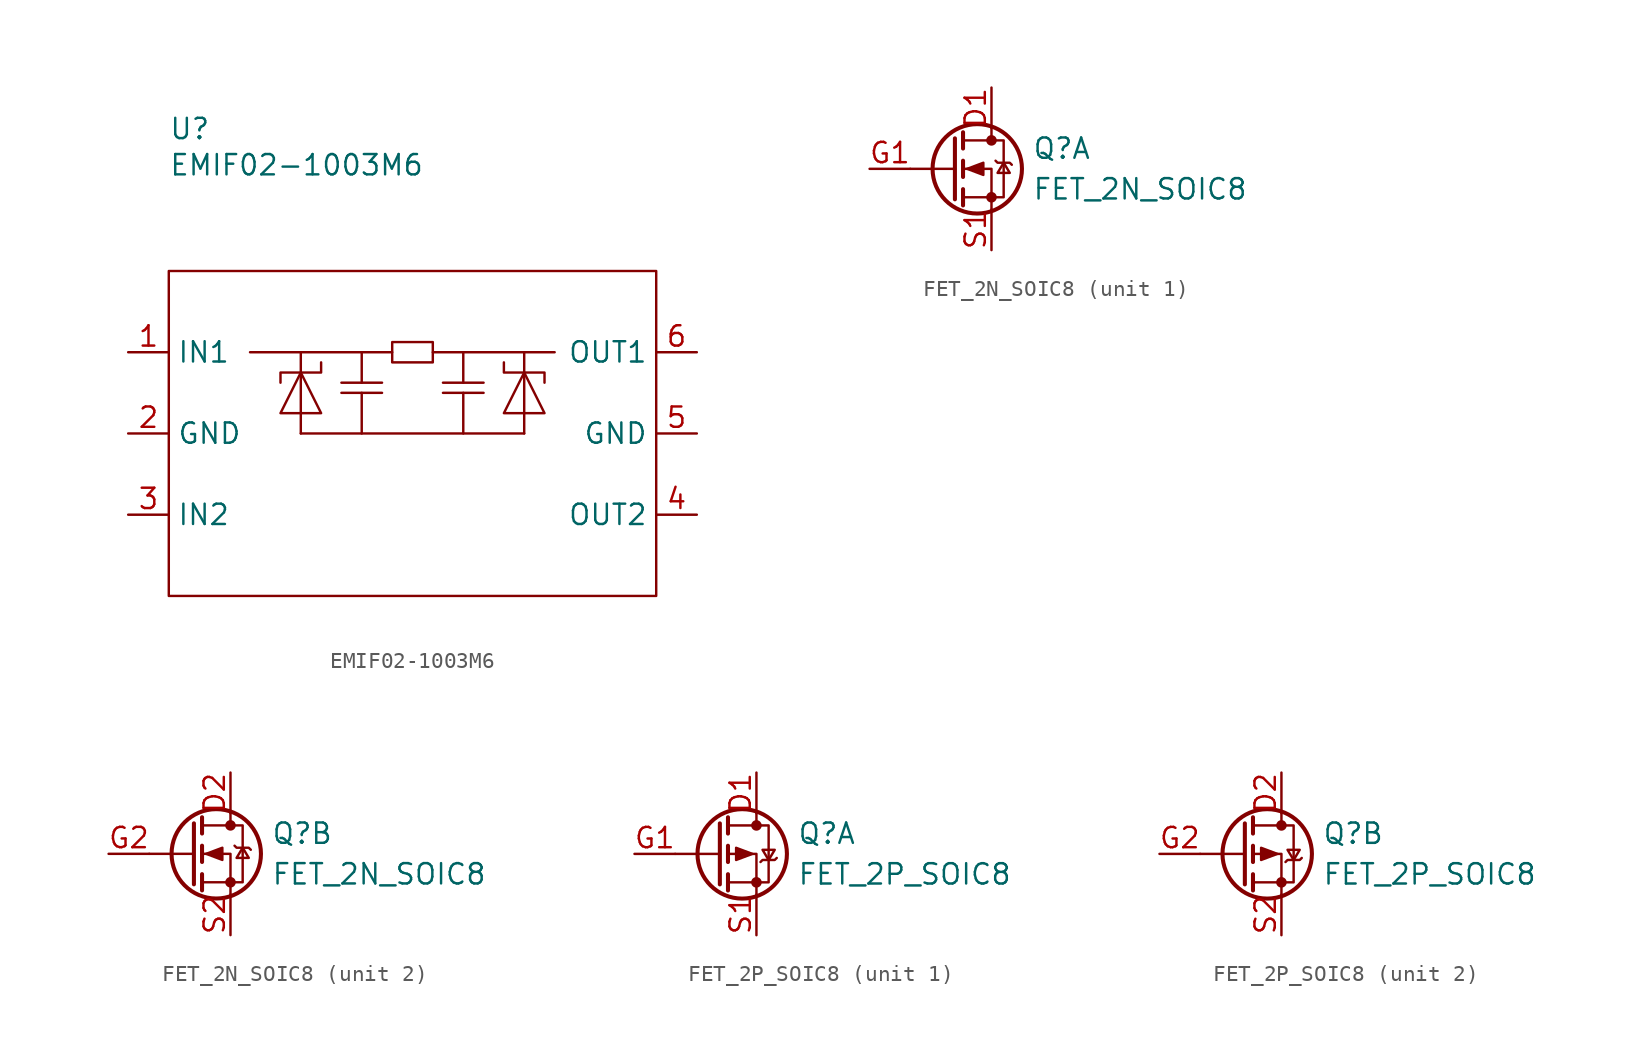
<source format=kicad_sym>
(kicad_symbol_lib
  (version 20211014)
  (generator kicad_symbol_editor)
  (symbol "EMIF02-1003M6"
    (property "Reference" "U"
      (at 0 8.89 0)
      (effects (font (size 1.27 1.27)) (justify left)))
    (property "Value" "EMIF02-1003M6"
      (at 0 7.366 0)
      (effects (font (size 1.27 1.27)) (justify left top)))
    (symbol "EMIF02-1003M6_0_1"
      (polyline (pts (xy 8.255 -10.16) (xy 22.225 -10.16)) (stroke (width 0) (type default) (color 0 0 0 0)) (fill (type none)))
      (polyline (pts (xy 8.255 -6.35) (xy 8.255 -5.08)) (stroke (width 0) (type default) (color 0 0 0 0)) (fill (type none)))
      (polyline (pts (xy 10.795 -6.985) (xy 13.335 -6.985)) (stroke (width 0) (type default) (color 0 0 0 0)) (fill (type none)))
      (polyline (pts (xy 12.065 -7.62) (xy 12.065 -10.16)) (stroke (width 0) (type default) (color 0 0 0 0)) (fill (type none)))
      (polyline (pts (xy 12.065 -5.08) (xy 12.065 -6.985)) (stroke (width 0) (type default) (color 0 0 0 0)) (fill (type none)))
      (polyline (pts (xy 13.335 -7.62) (xy 10.795 -7.62)) (stroke (width 0) (type default) (color 0 0 0 0)) (fill (type none)))
      (polyline (pts (xy 13.97 -5.08) (xy 5.08 -5.08)) (stroke (width 0) (type default) (color 0 0 0 0)) (fill (type none)))
      (polyline (pts (xy 16.51 -5.08) (xy 24.13 -5.08)) (stroke (width 0) (type default) (color 0 0 0 0)) (fill (type none)))
      (polyline (pts (xy 17.145 -6.985) (xy 19.685 -6.985)) (stroke (width 0) (type default) (color 0 0 0 0)) (fill (type none)))
      (polyline (pts (xy 18.415 -7.62) (xy 18.415 -10.16)) (stroke (width 0) (type default) (color 0 0 0 0)) (fill (type none)))
      (polyline (pts (xy 18.415 -5.08) (xy 18.415 -6.985)) (stroke (width 0) (type default) (color 0 0 0 0)) (fill (type none)))
      (polyline (pts (xy 19.685 -7.62) (xy 17.145 -7.62)) (stroke (width 0) (type default) (color 0 0 0 0)) (fill (type none)))
      (polyline (pts (xy 22.225 -6.35) (xy 22.225 -5.08)) (stroke (width 0) (type default) (color 0 0 0 0)) (fill (type none)))
      (polyline (pts (xy 8.255 -8.89) (xy 8.255 -6.35) (xy 8.255 -10.16)) (stroke (width 0) (type default) (color 0 0 0 0)) (fill (type none)))
      (polyline (pts (xy 22.225 -8.89) (xy 22.225 -6.35) (xy 22.225 -10.16)) (stroke (width 0) (type default) (color 0 0 0 0)) (fill (type none)))
      (polyline (pts (xy 8.255 -6.35) (xy 9.525 -8.89) (xy 6.985 -8.89) (xy 8.255 -6.35)) (stroke (width 0) (type default) (color 0 0 0 0)) (fill (type none)))
      (polyline (pts (xy 9.525 -5.715) (xy 9.525 -6.35) (xy 6.985 -6.35) (xy 6.985 -6.985)) (stroke (width 0) (type default) (color 0 0 0 0)) (fill (type none)))
      (polyline (pts (xy 20.955 -5.715) (xy 20.955 -6.35) (xy 23.495 -6.35) (xy 23.495 -6.985)) (stroke (width 0) (type default) (color 0 0 0 0)) (fill (type none)))
      (polyline (pts (xy 22.225 -6.35) (xy 20.955 -8.89) (xy 23.495 -8.89) (xy 22.225 -6.35)) (stroke (width 0) (type default) (color 0 0 0 0)) (fill (type none)))
      (polyline (pts (xy 13.97 -5.08) (xy 13.97 -5.715) (xy 16.51 -5.715) (xy 16.51 -4.445) (xy 13.97 -4.445) (xy 13.97 -5.08)) (stroke (width 0) (type default) (color 0 0 0 0)) (fill (type none)))
      (rectangle (start 0 0) (end 30.48 -20.32) (stroke (width 0.152) (type default) (color 0 0 0 0)) (fill (type none))))
    (symbol "EMIF02-1003M6_1_1"
      (pin passive line (at -2.54 -5.08 0) (length 2.54) (name "IN1" (effects (font (size 1.27 1.27)))) (number "1" (effects (font (size 1.27 1.27)))))
      (pin passive line (at -2.54 -10.16 0) (length 2.54) (name "GND" (effects (font (size 1.27 1.27)))) (number "2" (effects (font (size 1.27 1.27)))))
      (pin passive line (at -2.54 -15.24 0) (length 2.54) (name "IN2" (effects (font (size 1.27 1.27)))) (number "3" (effects (font (size 1.27 1.27)))))
      (pin passive line (at 33.02 -15.24 180) (length 2.54) (name "OUT2" (effects (font (size 1.27 1.27)))) (number "4" (effects (font (size 1.27 1.27)))))
      (pin passive line (at 33.02 -10.16 180) (length 2.54) (name "GND" (effects (font (size 1.27 1.27)))) (number "5" (effects (font (size 1.27 1.27)))))
      (pin passive line (at 33.02 -5.08 180) (length 2.54) (name "OUT1" (effects (font (size 1.27 1.27)))) (number "6" (effects (font (size 1.27 1.27)))))))
  (symbol "FET_2N_SOIC8"
    (pin_names
      (offset 0) hide)
    (property "Reference" "Q"
      (at 5.08 1.27 0)
      (effects (font (size 1.27 1.27)) (justify left)))
    (property "Value" "FET_2N_SOIC8"
      (at 5.08 -1.27 0)
      (effects (font (size 1.27 1.27)) (justify left)))
    (symbol "FET_2N_SOIC8_0_1"
      (polyline (pts (xy 0.254 0) (xy -2.54 0)) (stroke (width 0) (type default) (color 0 0 0 0)) (fill (type none)))
      (polyline (pts (xy 0.254 1.905) (xy 0.254 -1.905)) (stroke (width 0.254) (type default) (color 0 0 0 0)) (fill (type none)))
      (polyline (pts (xy 0.762 -1.27) (xy 0.762 -2.286)) (stroke (width 0.254) (type default) (color 0 0 0 0)) (fill (type none)))
      (polyline (pts (xy 0.762 0.508) (xy 0.762 -0.508)) (stroke (width 0.254) (type default) (color 0 0 0 0)) (fill (type none)))
      (polyline (pts (xy 0.762 2.286) (xy 0.762 1.27)) (stroke (width 0.254) (type default) (color 0 0 0 0)) (fill (type none)))
      (polyline (pts (xy 2.54 2.54) (xy 2.54 1.778)) (stroke (width 0) (type default) (color 0 0 0 0)) (fill (type none)))
      (polyline (pts (xy 2.54 -2.54) (xy 2.54 0) (xy 0.762 0)) (stroke (width 0) (type default) (color 0 0 0 0)) (fill (type none)))
      (polyline (pts (xy 0.762 -1.778) (xy 3.302 -1.778) (xy 3.302 1.778) (xy 0.762 1.778)) (stroke (width 0) (type default) (color 0 0 0 0)) (fill (type none)))
      (polyline (pts (xy 1.016 0) (xy 2.032 0.381) (xy 2.032 -0.381) (xy 1.016 0)) (stroke (width 0) (type default) (color 0 0 0 0)) (fill (type outline)))
      (polyline (pts (xy 2.794 0.508) (xy 2.921 0.381) (xy 3.683 0.381) (xy 3.81 0.254)) (stroke (width 0) (type default) (color 0 0 0 0)) (fill (type none)))
      (polyline (pts (xy 3.302 0.381) (xy 2.921 -0.254) (xy 3.683 -0.254) (xy 3.302 0.381)) (stroke (width 0) (type default) (color 0 0 0 0)) (fill (type none)))
      (circle (center 1.651 0) (radius 2.794) (stroke (width 0.254) (type default) (color 0 0 0 0)) (fill (type none)))
      (circle (center 2.54 -1.778) (radius 0.254) (stroke (width 0) (type default) (color 0 0 0 0)) (fill (type outline)))
      (circle (center 2.54 1.778) (radius 0.254) (stroke (width 0) (type default) (color 0 0 0 0)) (fill (type outline))))
    (symbol "FET_2N_SOIC8_1_1"
      (pin passive line (at 2.54 5.08 270) (length 2.54) (name "D" (effects (font (size 1.27 1.27)))) (number "D1" (effects (font (size 1.27 1.27)))))
      (pin input line (at -5.08 0 0) (length 2.54) (name "G" (effects (font (size 1.27 1.27)))) (number "G1" (effects (font (size 1.27 1.27)))))
      (pin passive line (at 2.54 -5.08 90) (length 2.54) (name "S" (effects (font (size 1.27 1.27)))) (number "S1" (effects (font (size 1.27 1.27))))))
    (symbol "FET_2N_SOIC8_2_1"
      (pin passive line (at 2.54 5.08 270) (length 2.54) (name "D" (effects (font (size 1.27 1.27)))) (number "D2" (effects (font (size 1.27 1.27)))))
      (pin input line (at -5.08 0 0) (length 2.54) (name "G" (effects (font (size 1.27 1.27)))) (number "G2" (effects (font (size 1.27 1.27)))))
      (pin passive line (at 2.54 -5.08 90) (length 2.54) (name "S" (effects (font (size 1.27 1.27)))) (number "S2" (effects (font (size 1.27 1.27)))))))
  (symbol "FET_2P_SOIC8"
    (pin_names
      (offset 0) hide)
    (property "Reference" "Q"
      (at 5.08 1.27 0)
      (effects (font (size 1.27 1.27)) (justify left)))
    (property "Value" "FET_2P_SOIC8"
      (at 5.08 -1.27 0)
      (effects (font (size 1.27 1.27)) (justify left)))
    (symbol "FET_2P_SOIC8_0_1"
      (polyline (pts (xy 0.254 0) (xy -2.54 0)) (stroke (width 0) (type default) (color 0 0 0 0)) (fill (type none)))
      (polyline (pts (xy 0.254 1.905) (xy 0.254 -1.905)) (stroke (width 0.254) (type default) (color 0 0 0 0)) (fill (type none)))
      (polyline (pts (xy 0.762 -1.27) (xy 0.762 -2.286)) (stroke (width 0.254) (type default) (color 0 0 0 0)) (fill (type none)))
      (polyline (pts (xy 0.762 0.508) (xy 0.762 -0.508)) (stroke (width 0.254) (type default) (color 0 0 0 0)) (fill (type none)))
      (polyline (pts (xy 0.762 2.286) (xy 0.762 1.27)) (stroke (width 0.254) (type default) (color 0 0 0 0)) (fill (type none)))
      (polyline (pts (xy 2.54 2.54) (xy 2.54 1.778)) (stroke (width 0) (type default) (color 0 0 0 0)) (fill (type none)))
      (polyline (pts (xy 2.54 -2.54) (xy 2.54 0) (xy 0.762 0)) (stroke (width 0) (type default) (color 0 0 0 0)) (fill (type none)))
      (polyline (pts (xy 0.762 1.778) (xy 3.302 1.778) (xy 3.302 -1.778) (xy 0.762 -1.778)) (stroke (width 0) (type default) (color 0 0 0 0)) (fill (type none)))
      (polyline (pts (xy 2.286 0) (xy 1.27 0.381) (xy 1.27 -0.381) (xy 2.286 0)) (stroke (width 0) (type default) (color 0 0 0 0)) (fill (type outline)))
      (polyline (pts (xy 2.794 -0.508) (xy 2.921 -0.381) (xy 3.683 -0.381) (xy 3.81 -0.254)) (stroke (width 0) (type default) (color 0 0 0 0)) (fill (type none)))
      (polyline (pts (xy 3.302 -0.381) (xy 2.921 0.254) (xy 3.683 0.254) (xy 3.302 -0.381)) (stroke (width 0) (type default) (color 0 0 0 0)) (fill (type none)))
      (circle (center 1.651 0) (radius 2.794) (stroke (width 0.254) (type default) (color 0 0 0 0)) (fill (type none)))
      (circle (center 2.54 -1.778) (radius 0.254) (stroke (width 0) (type default) (color 0 0 0 0)) (fill (type outline)))
      (circle (center 2.54 1.778) (radius 0.254) (stroke (width 0) (type default) (color 0 0 0 0)) (fill (type outline))))
    (symbol "FET_2P_SOIC8_1_1"
      (pin passive line (at 2.54 5.08 270) (length 2.54) (name "D" (effects (font (size 1.27 1.27)))) (number "D1" (effects (font (size 1.27 1.27)))))
      (pin input line (at -5.08 0 0) (length 2.54) (name "G" (effects (font (size 1.27 1.27)))) (number "G1" (effects (font (size 1.27 1.27)))))
      (pin passive line (at 2.54 -5.08 90) (length 2.54) (name "S" (effects (font (size 1.27 1.27)))) (number "S1" (effects (font (size 1.27 1.27))))))
    (symbol "FET_2P_SOIC8_2_1"
      (pin passive line (at 2.54 5.08 270) (length 2.54) (name "D" (effects (font (size 1.27 1.27)))) (number "D2" (effects (font (size 1.27 1.27)))))
      (pin input line (at -5.08 0 0) (length 2.54) (name "G" (effects (font (size 1.27 1.27)))) (number "G2" (effects (font (size 1.27 1.27)))))
      (pin passive line (at 2.54 -5.08 90) (length 2.54) (name "S" (effects (font (size 1.27 1.27)))) (number "S2" (effects (font (size 1.27 1.27))))))))
</source>
